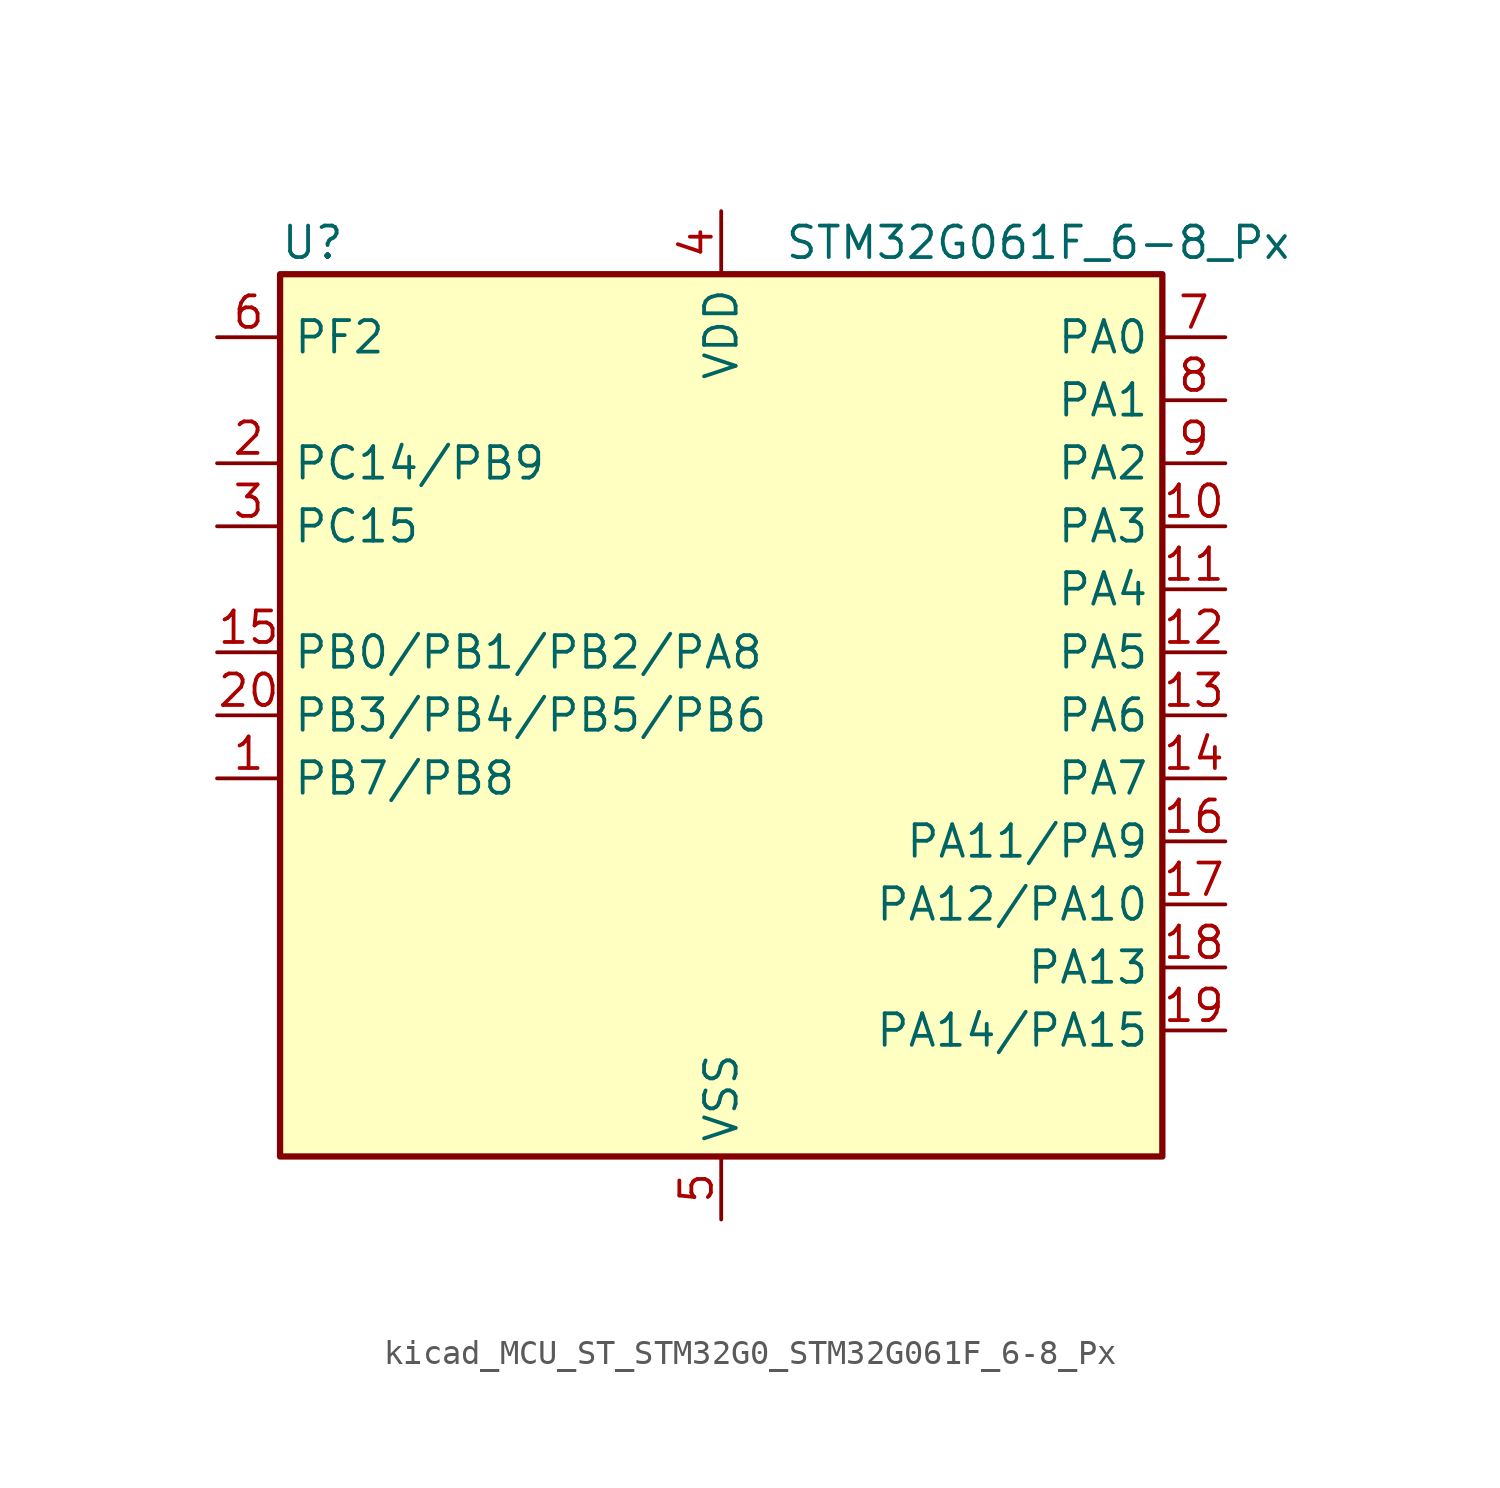
<source format=kicad_sym>
(kicad_symbol_lib
  (version 20220914)
  (generator kicad_symbol_editor)
  (symbol "kicad_MCU_ST_STM32G0_STM32G061F_6-8_Px"
    (property "Reference" "U"
      (at -17.78 19.05 0)
      (effects (font (size 1.27 1.27)) (justify left)))
    (property "Value" "STM32G061F_6-8_Px"
      (at 2.54 19.05 0)
      (effects (font (size 1.27 1.27)) (justify left)))
    (property "ki_locked" ""
      (at 0 0 0)
      (effects (font (size 1.27 1.27))))
    (symbol "kicad_MCU_ST_STM32G0_STM32G061F_6-8_Px_0_1"
      (rectangle (start -17.78 -17.78) (end 17.78 17.78) (stroke (width 0.254) (type default)) (fill (type background))))
    (symbol "kicad_MCU_ST_STM32G0_STM32G061F_6-8_Px_1_1"
      (pin bidirectional line (at -20.32 -2.54 0) (length 2.54) (name "PB7/PB8" (effects (font (size 1.27 1.27)))) (number "1" (effects (font (size 1.27 1.27)))) (alternate "ADC1_IN11" bidirectional line) (alternate "COMP2_INM" bidirectional line) (alternate "I2C1_SDA" bidirectional line) (alternate "LPTIM1_IN2" bidirectional line) (alternate "SPI2_MOSI" bidirectional line) (alternate "SYS_PVD_IN" bidirectional line) (alternate "TIM17_CH1N" bidirectional line) (alternate "USART1_RX" bidirectional line))
      (pin bidirectional line (at 20.32 7.62 180) (length 2.54) (name "PA3" (effects (font (size 1.27 1.27)))) (number "10" (effects (font (size 1.27 1.27)))) (alternate "ADC1_IN3" bidirectional line) (alternate "COMP2_INP" bidirectional line) (alternate "LPUART1_RX" bidirectional line) (alternate "SPI2_MISO" bidirectional line) (alternate "TIM15_CH2" bidirectional line) (alternate "TIM2_CH4" bidirectional line) (alternate "USART2_RX" bidirectional line))
      (pin bidirectional line (at 20.32 5.08 180) (length 2.54) (name "PA4" (effects (font (size 1.27 1.27)))) (number "11" (effects (font (size 1.27 1.27)))) (alternate "ADC1_IN4" bidirectional line) (alternate "DAC1_OUT1" bidirectional line) (alternate "I2S1_WS" bidirectional line) (alternate "LPTIM2_OUT" bidirectional line) (alternate "RTC_OUT1" bidirectional line) (alternate "RTC_TAMP_IN1" bidirectional line) (alternate "RTC_TS" bidirectional line) (alternate "SPI1_NSS" bidirectional line) (alternate "SPI2_MOSI" bidirectional line) (alternate "SYS_WKUP2" bidirectional line) (alternate "TIM14_CH1" bidirectional line))
      (pin bidirectional line (at 20.32 2.54 180) (length 2.54) (name "PA5" (effects (font (size 1.27 1.27)))) (number "12" (effects (font (size 1.27 1.27)))) (alternate "ADC1_IN5" bidirectional line) (alternate "DAC1_OUT2" bidirectional line) (alternate "I2S1_CK" bidirectional line) (alternate "LPTIM2_ETR" bidirectional line) (alternate "SPI1_SCK" bidirectional line) (alternate "TIM2_CH1" bidirectional line) (alternate "TIM2_ETR" bidirectional line))
      (pin bidirectional line (at 20.32 0 180) (length 2.54) (name "PA6" (effects (font (size 1.27 1.27)))) (number "13" (effects (font (size 1.27 1.27)))) (alternate "ADC1_IN6" bidirectional line) (alternate "COMP1_OUT" bidirectional line) (alternate "I2S1_MCK" bidirectional line) (alternate "LPUART1_CTS" bidirectional line) (alternate "SPI1_MISO" bidirectional line) (alternate "TIM16_CH1" bidirectional line) (alternate "TIM1_BK" bidirectional line) (alternate "TIM3_CH1" bidirectional line))
      (pin bidirectional line (at 20.32 -2.54 180) (length 2.54) (name "PA7" (effects (font (size 1.27 1.27)))) (number "14" (effects (font (size 1.27 1.27)))) (alternate "ADC1_IN7" bidirectional line) (alternate "COMP2_OUT" bidirectional line) (alternate "I2S1_SD" bidirectional line) (alternate "SPI1_MOSI" bidirectional line) (alternate "TIM14_CH1" bidirectional line) (alternate "TIM17_CH1" bidirectional line) (alternate "TIM1_CH1N" bidirectional line) (alternate "TIM3_CH2" bidirectional line))
      (pin bidirectional line (at -20.32 2.54 0) (length 2.54) (name "PB0/PB1/PB2/PA8" (effects (font (size 1.27 1.27)))) (number "15" (effects (font (size 1.27 1.27)))) (alternate "ADC1_IN8" bidirectional line) (alternate "COMP1_OUT" bidirectional line) (alternate "I2S1_WS" bidirectional line) (alternate "LPTIM1_OUT" bidirectional line) (alternate "SPI1_NSS" bidirectional line) (alternate "TIM1_CH2N" bidirectional line) (alternate "TIM3_CH3" bidirectional line))
      (pin bidirectional line (at 20.32 -5.08 180) (length 2.54) (name "PA11/PA9" (effects (font (size 1.27 1.27)))) (number "16" (effects (font (size 1.27 1.27)))) (alternate "ADC1_EXTI11" bidirectional line) (alternate "ADC1_IN15" bidirectional line) (alternate "COMP1_OUT" bidirectional line) (alternate "I2C2_SCL" bidirectional line) (alternate "I2S1_MCK" bidirectional line) (alternate "SPI1_MISO" bidirectional line) (alternate "TIM1_BK2" bidirectional line) (alternate "TIM1_CH4" bidirectional line) (alternate "USART1_CTS" bidirectional line) (alternate "USART1_NSS" bidirectional line))
      (pin bidirectional line (at 20.32 -7.62 180) (length 2.54) (name "PA12/PA10" (effects (font (size 1.27 1.27)))) (number "17" (effects (font (size 1.27 1.27)))) (alternate "ADC1_IN16" bidirectional line) (alternate "COMP2_OUT" bidirectional line) (alternate "I2C2_SDA" bidirectional line) (alternate "I2S1_SD" bidirectional line) (alternate "I2S_CKIN" bidirectional line) (alternate "SPI1_MOSI" bidirectional line) (alternate "TIM1_ETR" bidirectional line) (alternate "USART1_CK" bidirectional line) (alternate "USART1_DE" bidirectional line) (alternate "USART1_RTS" bidirectional line))
      (pin bidirectional line (at 20.32 -10.16 180) (length 2.54) (name "PA13" (effects (font (size 1.27 1.27)))) (number "18" (effects (font (size 1.27 1.27)))) (alternate "ADC1_IN17" bidirectional line) (alternate "IR_OUT" bidirectional line) (alternate "SYS_SWDIO" bidirectional line))
      (pin bidirectional line (at 20.32 -12.7 180) (length 2.54) (name "PA14/PA15" (effects (font (size 1.27 1.27)))) (number "19" (effects (font (size 1.27 1.27)))) (alternate "ADC1_IN18" bidirectional line) (alternate "SYS_SWCLK" bidirectional line) (alternate "USART2_TX" bidirectional line))
      (pin bidirectional line (at -20.32 10.16 0) (length 2.54) (name "PC14/PB9" (effects (font (size 1.27 1.27)))) (number "2" (effects (font (size 1.27 1.27)))) (alternate "RCC_OSC32_IN" bidirectional line) (alternate "RCC_OSC_IN" bidirectional line) (alternate "TIM1_BK2" bidirectional line))
      (pin bidirectional line (at -20.32 0 0) (length 2.54) (name "PB3/PB4/PB5/PB6" (effects (font (size 1.27 1.27)))) (number "20" (effects (font (size 1.27 1.27)))) (alternate "COMP2_INM" bidirectional line) (alternate "I2S1_CK" bidirectional line) (alternate "SPI1_SCK" bidirectional line) (alternate "TIM1_CH2" bidirectional line) (alternate "TIM2_CH2" bidirectional line) (alternate "USART1_CK" bidirectional line) (alternate "USART1_DE" bidirectional line) (alternate "USART1_RTS" bidirectional line))
      (pin bidirectional line (at -20.32 7.62 0) (length 2.54) (name "PC15" (effects (font (size 1.27 1.27)))) (number "3" (effects (font (size 1.27 1.27)))) (alternate "RCC_OSC32_EN" bidirectional line) (alternate "RCC_OSC32_OUT" bidirectional line) (alternate "RCC_OSC_EN" bidirectional line) (alternate "TIM15_BK" bidirectional line))
      (pin power_in line (at 0 20.32 270) (length 2.54) (name "VDD" (effects (font (size 1.27 1.27)))) (number "4" (effects (font (size 1.27 1.27)))))
      (pin power_in line (at 0 -20.32 90) (length 2.54) (name "VSS" (effects (font (size 1.27 1.27)))) (number "5" (effects (font (size 1.27 1.27)))))
      (pin bidirectional line (at -20.32 15.24 0) (length 2.54) (name "PF2" (effects (font (size 1.27 1.27)))) (number "6" (effects (font (size 1.27 1.27)))) (alternate "RCC_MCO" bidirectional line))
      (pin bidirectional line (at 20.32 15.24 180) (length 2.54) (name "PA0" (effects (font (size 1.27 1.27)))) (number "7" (effects (font (size 1.27 1.27)))) (alternate "ADC1_IN0" bidirectional line) (alternate "COMP1_INM" bidirectional line) (alternate "COMP1_OUT" bidirectional line) (alternate "LPTIM1_OUT" bidirectional line) (alternate "RTC_TAMP_IN2" bidirectional line) (alternate "SPI2_SCK" bidirectional line) (alternate "SYS_WKUP1" bidirectional line) (alternate "TIM2_CH1" bidirectional line) (alternate "TIM2_ETR" bidirectional line) (alternate "USART2_CTS" bidirectional line) (alternate "USART2_NSS" bidirectional line))
      (pin bidirectional line (at 20.32 12.7 180) (length 2.54) (name "PA1" (effects (font (size 1.27 1.27)))) (number "8" (effects (font (size 1.27 1.27)))) (alternate "ADC1_IN1" bidirectional line) (alternate "COMP1_INP" bidirectional line) (alternate "I2C1_SMBA" bidirectional line) (alternate "I2S1_CK" bidirectional line) (alternate "SPI1_SCK" bidirectional line) (alternate "TIM15_CH1N" bidirectional line) (alternate "TIM2_CH2" bidirectional line) (alternate "USART2_CK" bidirectional line) (alternate "USART2_DE" bidirectional line) (alternate "USART2_RTS" bidirectional line))
      (pin bidirectional line (at 20.32 10.16 180) (length 2.54) (name "PA2" (effects (font (size 1.27 1.27)))) (number "9" (effects (font (size 1.27 1.27)))) (alternate "ADC1_IN2" bidirectional line) (alternate "COMP2_INM" bidirectional line) (alternate "COMP2_OUT" bidirectional line) (alternate "I2S1_SD" bidirectional line) (alternate "LPUART1_TX" bidirectional line) (alternate "RCC_LSCO" bidirectional line) (alternate "SPI1_MOSI" bidirectional line) (alternate "SYS_WKUP4" bidirectional line) (alternate "TIM15_CH1" bidirectional line) (alternate "TIM2_CH3" bidirectional line) (alternate "USART2_TX" bidirectional line)))))
</source>
